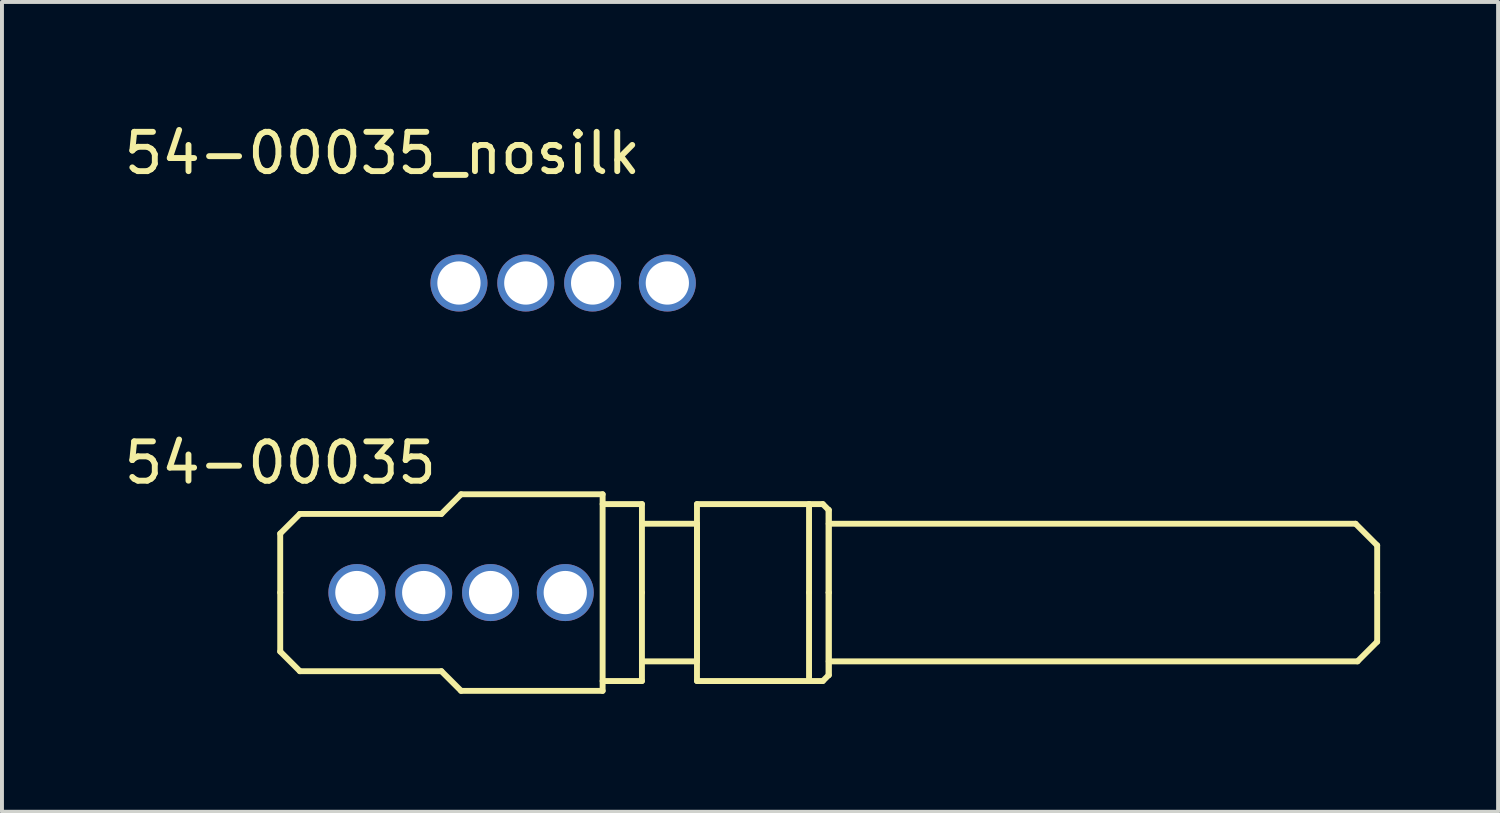
<source format=kicad_pcb>
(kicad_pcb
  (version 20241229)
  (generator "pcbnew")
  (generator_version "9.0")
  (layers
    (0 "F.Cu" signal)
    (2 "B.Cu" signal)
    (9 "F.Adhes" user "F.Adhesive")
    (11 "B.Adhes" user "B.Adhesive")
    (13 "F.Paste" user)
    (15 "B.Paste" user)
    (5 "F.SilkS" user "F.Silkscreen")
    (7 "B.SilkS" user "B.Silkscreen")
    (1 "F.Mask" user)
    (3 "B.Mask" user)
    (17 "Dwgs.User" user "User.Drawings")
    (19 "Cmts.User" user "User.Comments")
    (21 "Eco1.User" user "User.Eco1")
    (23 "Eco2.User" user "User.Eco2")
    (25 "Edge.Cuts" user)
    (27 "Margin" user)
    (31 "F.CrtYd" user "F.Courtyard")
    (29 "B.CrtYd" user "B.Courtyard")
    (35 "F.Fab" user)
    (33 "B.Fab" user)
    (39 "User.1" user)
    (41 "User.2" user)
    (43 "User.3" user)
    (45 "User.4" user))
  (footprint "54-00035"
    (layer "F.Cu")
    (at 4.077 12.021)
    (property "Reference" "54-00035" (at 0 -3.3 0) (layer "F.SilkS") (effects (font (size 1 1) (thickness 0.15))))
    (attr through_hole)
    (fp_line (start 0 -1.5) (end 0.5 -2) (stroke (width 0.15) (type solid)) (layer "F.SilkS"))
    (fp_line (start 0 0) (end 0 -1.5) (stroke (width 0.15) (type solid)) (layer "F.SilkS"))
    (fp_line (start 0 0) (end 0 1.5) (stroke (width 0.15) (type solid)) (layer "F.SilkS"))
    (fp_line (start 0.5 2) (end 0 1.5) (stroke (width 0.15) (type solid)) (layer "F.SilkS"))
    (fp_line (start 4.1 -2) (end 0.5 -2) (stroke (width 0.15) (type solid)) (layer "F.SilkS"))
    (fp_line (start 4.1 -2) (end 4.6 -2.5) (stroke (width 0.15) (type solid)) (layer "F.SilkS"))
    (fp_line (start 4.1 2) (end 0.5 2) (stroke (width 0.15) (type solid)) (layer "F.SilkS"))
    (fp_line (start 4.1 2) (end 4.6 2.5) (stroke (width 0.15) (type solid)) (layer "F.SilkS"))
    (fp_line (start 4.6 -2.5) (end 8.2 -2.5) (stroke (width 0.15) (type solid)) (layer "F.SilkS"))
    (fp_line (start 8.2 -2.5) (end 8.2 2.5) (stroke (width 0.15) (type solid)) (layer "F.SilkS"))
    (fp_line (start 8.2 2.5) (end 4.6 2.5) (stroke (width 0.15) (type solid)) (layer "F.SilkS"))
    (fp_line (start 9.2 -2.25) (end 8.2 -2.25) (stroke (width 0.15) (type solid)) (layer "F.SilkS"))
    (fp_line (start 9.2 0) (end 9.2 -2.25) (stroke (width 0.15) (type solid)) (layer "F.SilkS"))
    (fp_line (start 9.2 0) (end 9.2 2.25) (stroke (width 0.15) (type solid)) (layer "F.SilkS"))
    (fp_line (start 9.2 2.25) (end 8.2 2.25) (stroke (width 0.15) (type solid)) (layer "F.SilkS"))
    (fp_line (start 10.6 -1.75) (end 9.2 -1.75) (stroke (width 0.15) (type solid)) (layer "F.SilkS"))
    (fp_line (start 10.6 0) (end 10.6 -2.25) (stroke (width 0.15) (type solid)) (layer "F.SilkS"))
    (fp_line (start 10.6 0) (end 10.6 -1.75) (stroke (width 0.15) (type solid)) (layer "F.SilkS"))
    (fp_line (start 10.6 0) (end 10.6 1.75) (stroke (width 0.15) (type solid)) (layer "F.SilkS"))
    (fp_line (start 10.6 0) (end 10.6 2.25) (stroke (width 0.15) (type solid)) (layer "F.SilkS"))
    (fp_line (start 10.6 1.75) (end 9.2 1.75) (stroke (width 0.15) (type solid)) (layer "F.SilkS"))
    (fp_line (start 10.6 2.25) (end 13.45 2.25) (stroke (width 0.15) (type solid)) (layer "F.SilkS"))
    (fp_line (start 13.45 -2.25) (end 10.6 -2.25) (stroke (width 0.15) (type solid)) (layer "F.SilkS"))
    (fp_line (start 13.45 -2.25) (end 13.8 -2.25) (stroke (width 0.15) (type solid)) (layer "F.SilkS"))
    (fp_line (start 13.45 0) (end 13.45 -2.25) (stroke (width 0.15) (type solid)) (layer "F.SilkS"))
    (fp_line (start 13.45 0) (end 13.45 2.25) (stroke (width 0.15) (type solid)) (layer "F.SilkS"))
    (fp_line (start 13.45 2.25) (end 13.8 2.25) (stroke (width 0.15) (type solid)) (layer "F.SilkS"))
    (fp_line (start 13.8 2.25) (end 13.95 2.1) (stroke (width 0.15) (type solid)) (layer "F.SilkS"))
    (fp_line (start 13.95 -2.1) (end 13.8 -2.25) (stroke (width 0.15) (type solid)) (layer "F.SilkS"))
    (fp_line (start 13.95 0) (end 13.95 -2.1) (stroke (width 0.15) (type solid)) (layer "F.SilkS"))
    (fp_line (start 13.95 0) (end 13.95 -2.1) (stroke (width 0.15) (type solid)) (layer "F.SilkS"))
    (fp_line (start 13.95 0) (end 13.95 2.1) (stroke (width 0.15) (type solid)) (layer "F.SilkS"))
    (fp_line (start 13.95 0) (end 13.95 2.1) (stroke (width 0.15) (type solid)) (layer "F.SilkS"))
    (fp_line (start 27.35 -1.75) (end 13.95 -1.75) (stroke (width 0.15) (type solid)) (layer "F.SilkS"))
    (fp_line (start 27.35 -1.75) (end 27.9 -1.2) (stroke (width 0.15) (type solid)) (layer "F.SilkS"))
    (fp_line (start 27.4 1.75) (end 13.95 1.75) (stroke (width 0.15) (type solid)) (layer "F.SilkS"))
    (fp_line (start 27.4 1.75) (end 27.9 1.25) (stroke (width 0.15) (type solid)) (layer "F.SilkS"))
    (fp_line (start 27.9 0) (end 27.9 -1.2) (stroke (width 0.15) (type solid)) (layer "F.SilkS"))
    (fp_line (start 27.9 0) (end 27.9 1.25) (stroke (width 0.15) (type solid)) (layer "F.SilkS"))
    (pad "1" thru_hole circle (at 1.95 0) (size 1.45 1.45) (drill 1.1) (layers "*.Cu" "*.Mask"))
    (pad "2" thru_hole circle (at 3.65 0) (size 1.45 1.45) (drill 1.1) (layers "*.Cu" "*.Mask"))
    (pad "3" thru_hole circle (at 5.35 0) (size 1.45 1.45) (drill 1.1) (layers "*.Cu" "*.Mask"))
    (pad "4" thru_hole circle (at 7.25 0) (size 1.45 1.45) (drill 1.1) (layers "*.Cu" "*.Mask")))
  (footprint "54-00035_nosilk"
    (layer "F.Cu")
    (at 6.673 4.148)
    (property "Reference" "54-00035_nosilk" (at 0 -3.3 0) (layer "F.SilkS") (effects (font (size 1 1) (thickness 0.15))))
    (attr through_hole)
    (pad "1" thru_hole circle (at 1.95 0) (size 1.45 1.45) (drill 1.1) (layers "*.Cu" "*.Mask"))
    (pad "2" thru_hole circle (at 3.65 0) (size 1.45 1.45) (drill 1.1) (layers "*.Cu" "*.Mask"))
    (pad "3" thru_hole circle (at 5.35 0) (size 1.45 1.45) (drill 1.1) (layers "*.Cu" "*.Mask"))
    (pad "4" thru_hole circle (at 7.25 0) (size 1.45 1.45) (drill 1.1) (layers "*.Cu" "*.Mask")))
  (gr_rect
    (start -3 -3)
    (end 35.052 17.596)
    (stroke (width 0.1) (type default))
    (fill no)
    (layer "Edge.Cuts")))
</source>
